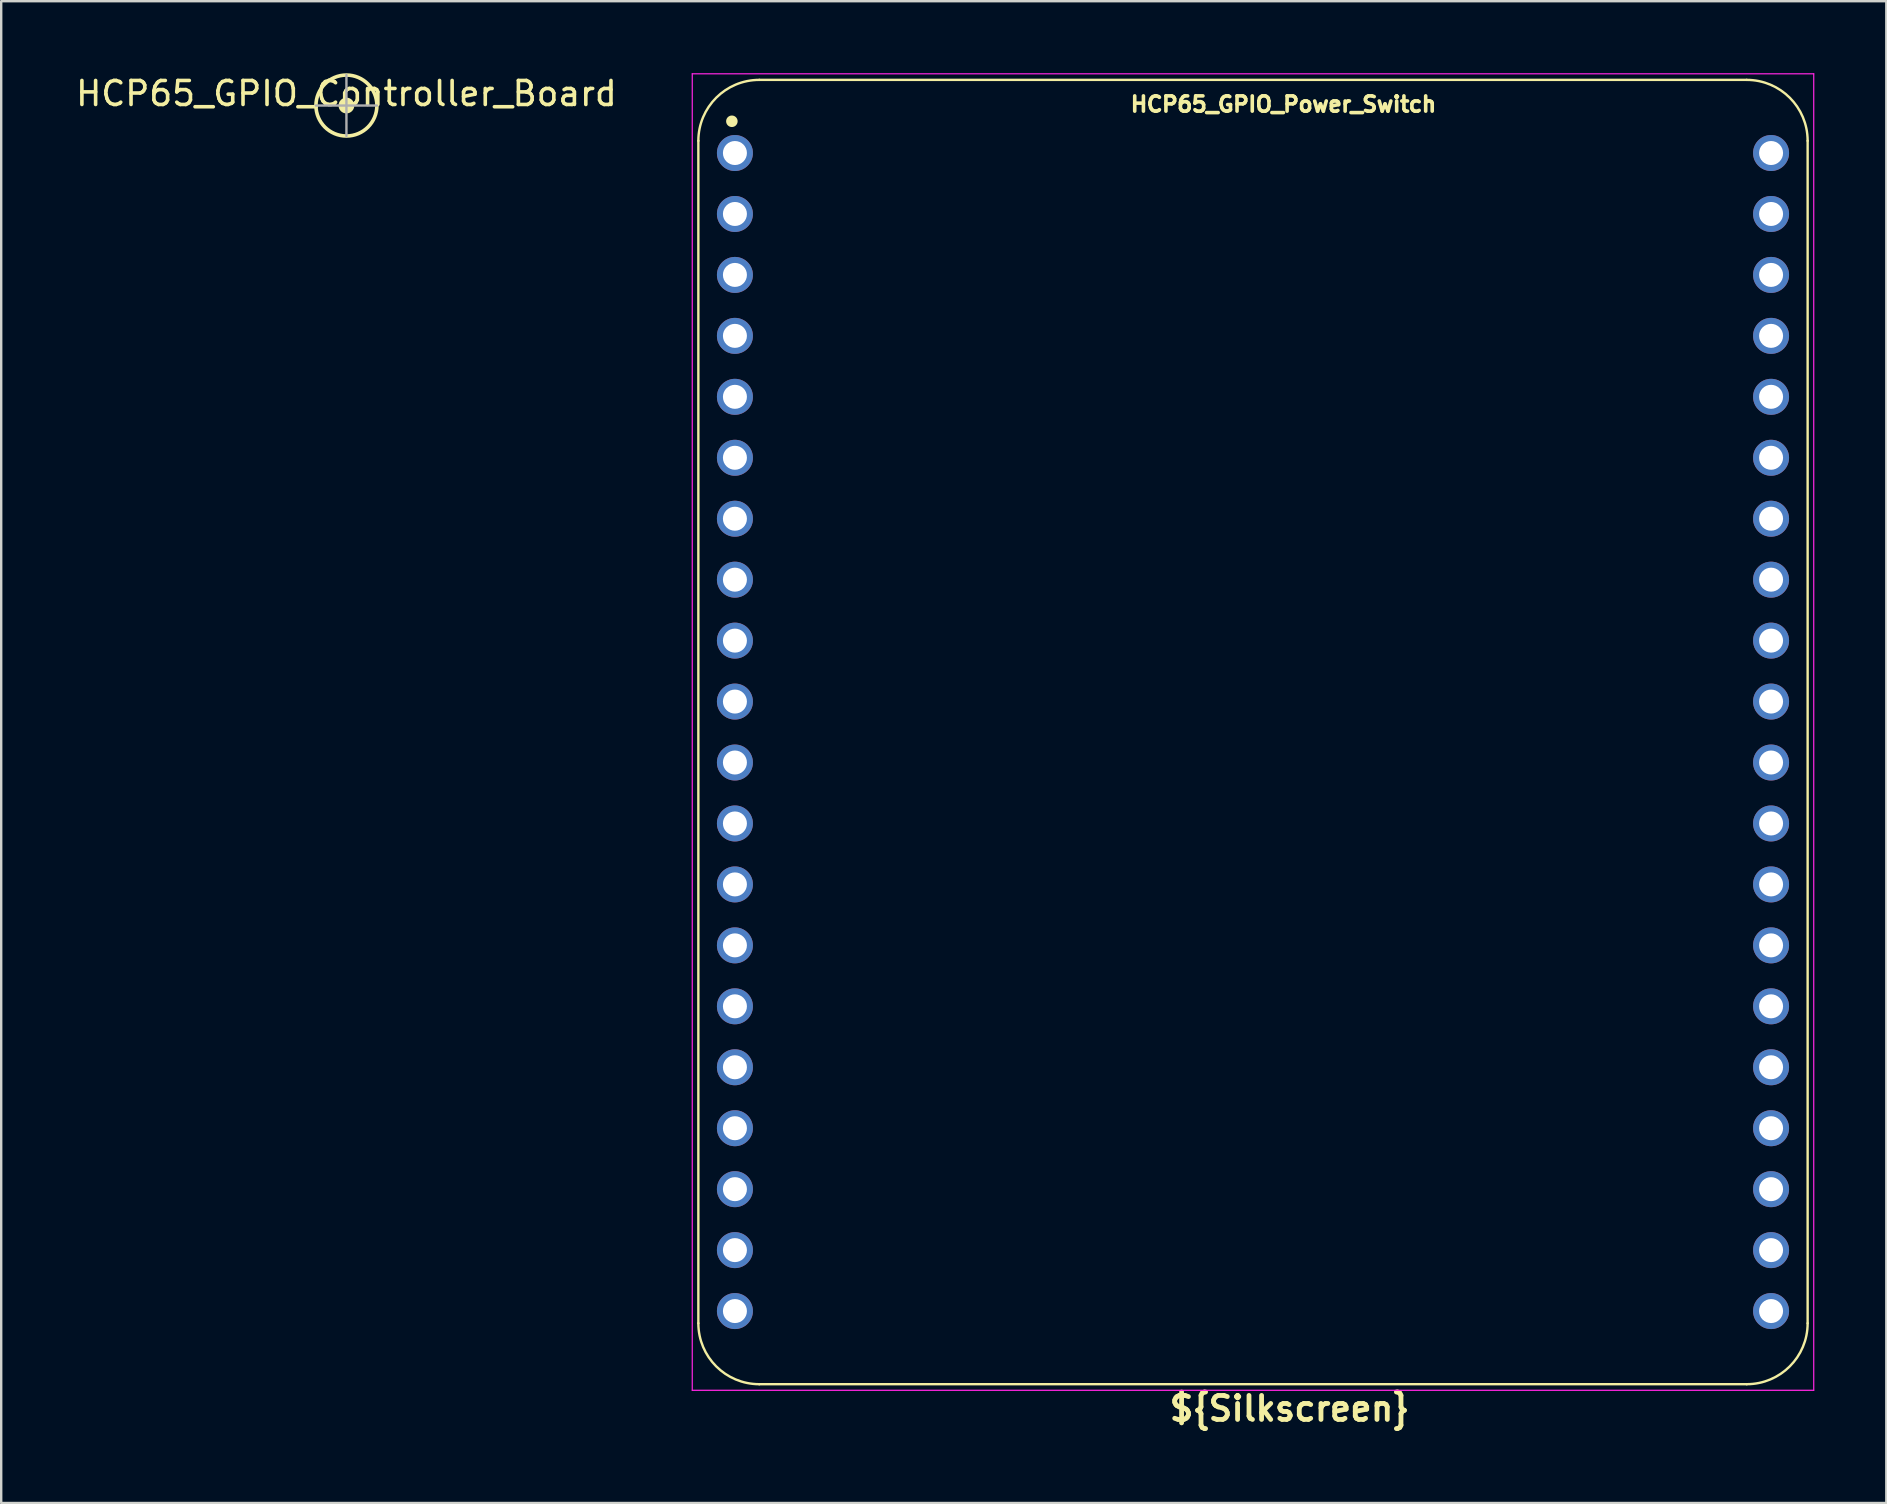
<source format=kicad_pcb>
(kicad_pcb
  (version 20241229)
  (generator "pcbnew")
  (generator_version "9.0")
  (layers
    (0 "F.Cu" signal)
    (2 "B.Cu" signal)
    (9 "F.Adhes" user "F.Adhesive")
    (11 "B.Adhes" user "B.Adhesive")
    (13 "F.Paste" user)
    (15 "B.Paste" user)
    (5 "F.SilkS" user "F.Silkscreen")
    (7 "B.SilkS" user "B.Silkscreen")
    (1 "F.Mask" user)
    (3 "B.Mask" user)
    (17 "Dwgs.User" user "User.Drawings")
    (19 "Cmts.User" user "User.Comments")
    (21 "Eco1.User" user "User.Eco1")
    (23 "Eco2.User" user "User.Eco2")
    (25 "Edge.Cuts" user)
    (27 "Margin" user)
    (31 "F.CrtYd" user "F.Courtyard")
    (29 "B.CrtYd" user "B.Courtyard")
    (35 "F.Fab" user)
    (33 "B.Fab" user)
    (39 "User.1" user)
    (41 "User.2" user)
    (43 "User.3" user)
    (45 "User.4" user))
  (footprint "HCP65_GPIO_Controller_Board"
    (layer "F.Cu")
    (at 11.387 1.348)
    (property "Reference" "HCP65_GPIO_Controller_Board" (at 0 -0.5 0) (unlocked yes) (layer "F.SilkS") (effects (font (size 1 1) (thickness 0.15))))
    (attr smd)
    (fp_circle (center 0 0) (end 0.254 0) (stroke (width 0.15) (type solid)) (fill yes) (layer "F.SilkS"))
    (fp_circle (center 0 0) (end 1.27 0) (stroke (width 0.15) (type default)) (fill no) (layer "F.SilkS"))
    (fp_line (start -1.27 0) (end 1.27 0) (stroke (width 0.1) (type default)) (layer "F.Fab"))
    (fp_line (start 0 -1.27) (end 0 1.27) (stroke (width 0.1) (type default)) (layer "F.Fab")))
  (footprint "HCP65_GPIO_Power_Switch"
    (layer "F.Cu")
    (at 27.577 3.327)
    (property "Reference" "HCP65_GPIO_Power_Switch" (at 22.86 -2.032 0) (layer "F.SilkS") (effects (font (size 0.635 0.635) (thickness 0.15) (bold yes))))
    (property "Silkscreen" "${Silkscreen}" (at 23.114 52.324 0) (layer "F.SilkS") (effects (font (size 1 1) (thickness 0.2))))
    (attr through_hole)
    (fp_line (start -1.524 -0.508) (end -1.524 48.768) (stroke (width 0.1) (type solid)) (layer "F.SilkS"))
    (fp_line (start 42.164 -3.048) (end 1.016 -3.048) (stroke (width 0.1) (type solid)) (layer "F.SilkS"))
    (fp_line (start 42.164 51.308) (end 1.016 51.308) (stroke (width 0.1) (type solid)) (layer "F.SilkS"))
    (fp_line (start 44.704 -0.508) (end 44.704 48.768) (stroke (width 0.1) (type solid)) (layer "F.SilkS"))
    (fp_arc (start -1.524 -0.508) (mid -0.780051 -2.304051) (end 1.016 -3.048) (stroke (width 0.1) (type solid)) (layer "F.SilkS"))
    (fp_arc (start 1.016 51.308) (mid -0.780051 50.564051) (end -1.524 48.768) (stroke (width 0.1) (type solid)) (layer "F.SilkS"))
    (fp_arc (start 42.164 -3.048) (mid 43.960022 -2.304022) (end 44.704 -0.508) (stroke (width 0.1) (type solid)) (layer "F.SilkS"))
    (fp_arc (start 44.704 48.768) (mid 43.960051 50.564051) (end 42.164 51.308) (stroke (width 0.1) (type solid)) (layer "F.SilkS"))
    (fp_circle (center -0.127 -1.323) (end 0.053 -1.323) (stroke (width 0.12) (type solid)) (fill yes) (layer "F.SilkS"))
    (fp_line (start -1.778 -3.302) (end -1.778 51.562) (stroke (width 0.05) (type solid)) (layer "F.CrtYd"))
    (fp_line (start -1.778 -3.302) (end 44.958 -3.302) (stroke (width 0.05) (type solid)) (layer "F.CrtYd"))
    (fp_line (start -1.778 51.562) (end 44.958 51.562) (stroke (width 0.05) (type solid)) (layer "F.CrtYd"))
    (fp_line (start 44.958 51.562) (end 44.958 -3.302) (stroke (width 0.05) (type solid)) (layer "F.CrtYd"))
    (pad "1" thru_hole circle (at 0 0) (size 1.5 1.5) (drill 1) (layers "*.Cu" "*.Mask"))
    (pad "2" thru_hole circle (at 0 2.54) (size 1.5 1.5) (drill 1) (layers "*.Cu" "*.Mask"))
    (pad "3" thru_hole circle (at 0 5.08) (size 1.5 1.5) (drill 1) (layers "*.Cu" "*.Mask"))
    (pad "4" thru_hole circle (at 0 7.62) (size 1.5 1.5) (drill 1) (layers "*.Cu" "*.Mask"))
    (pad "5" thru_hole circle (at 0 10.16) (size 1.5 1.5) (drill 1) (layers "*.Cu" "*.Mask"))
    (pad "6" thru_hole circle (at 0 12.7) (size 1.5 1.5) (drill 1) (layers "*.Cu" "*.Mask"))
    (pad "7" thru_hole circle (at 0 15.24) (size 1.5 1.5) (drill 1) (layers "*.Cu" "*.Mask"))
    (pad "8" thru_hole circle (at 0 17.78) (size 1.5 1.5) (drill 1) (layers "*.Cu" "*.Mask"))
    (pad "9" thru_hole circle (at 0 20.32) (size 1.5 1.5) (drill 1) (layers "*.Cu" "*.Mask"))
    (pad "10" thru_hole circle (at 0 22.86) (size 1.5 1.5) (drill 1) (layers "*.Cu" "*.Mask"))
    (pad "11" thru_hole circle (at 0 25.4) (size 1.5 1.5) (drill 1) (layers "*.Cu" "*.Mask"))
    (pad "12" thru_hole circle (at 0 27.94) (size 1.5 1.5) (drill 1) (layers "*.Cu" "*.Mask"))
    (pad "13" thru_hole circle (at 0 30.48) (size 1.5 1.5) (drill 1) (layers "*.Cu" "*.Mask"))
    (pad "14" thru_hole circle (at 0 33.02) (size 1.5 1.5) (drill 1) (layers "*.Cu" "*.Mask"))
    (pad "15" thru_hole circle (at 0 35.56) (size 1.5 1.5) (drill 1) (layers "*.Cu" "*.Mask"))
    (pad "16" thru_hole circle (at 0 38.1) (size 1.5 1.5) (drill 1) (layers "*.Cu" "*.Mask"))
    (pad "17" thru_hole circle (at 0 40.64) (size 1.5 1.5) (drill 1) (layers "*.Cu" "*.Mask"))
    (pad "18" thru_hole circle (at 0 43.18) (size 1.5 1.5) (drill 1) (layers "*.Cu" "*.Mask"))
    (pad "19" thru_hole circle (at 0 45.72) (size 1.5 1.5) (drill 1) (layers "*.Cu" "*.Mask"))
    (pad "20" thru_hole circle (at 0 48.26) (size 1.5 1.5) (drill 1) (layers "*.Cu" "*.Mask"))
    (pad "21" thru_hole circle (at 43.18 48.26) (size 1.5 1.5) (drill 1) (layers "*.Cu" "*.Mask"))
    (pad "22" thru_hole circle (at 43.18 45.72) (size 1.5 1.5) (drill 1) (layers "*.Cu" "*.Mask"))
    (pad "23" thru_hole circle (at 43.18 43.18) (size 1.5 1.5) (drill 1) (layers "*.Cu" "*.Mask"))
    (pad "24" thru_hole circle (at 43.18 40.64) (size 1.5 1.5) (drill 1) (layers "*.Cu" "*.Mask"))
    (pad "25" thru_hole circle (at 43.18 38.1) (size 1.5 1.5) (drill 1) (layers "*.Cu" "*.Mask"))
    (pad "26" thru_hole circle (at 43.18 35.56) (size 1.5 1.5) (drill 1) (layers "*.Cu" "*.Mask"))
    (pad "27" thru_hole circle (at 43.18 33.02) (size 1.5 1.5) (drill 1) (layers "*.Cu" "*.Mask"))
    (pad "28" thru_hole circle (at 43.18 30.48) (size 1.5 1.5) (drill 1) (layers "*.Cu" "*.Mask"))
    (pad "29" thru_hole circle (at 43.18 27.94) (size 1.5 1.5) (drill 1) (layers "*.Cu" "*.Mask"))
    (pad "30" thru_hole circle (at 43.18 25.4) (size 1.5 1.5) (drill 1) (layers "*.Cu" "*.Mask"))
    (pad "31" thru_hole circle (at 43.18 22.86) (size 1.5 1.5) (drill 1) (layers "*.Cu" "*.Mask"))
    (pad "32" thru_hole circle (at 43.18 20.32) (size 1.5 1.5) (drill 1) (layers "*.Cu" "*.Mask"))
    (pad "33" thru_hole circle (at 43.18 17.78) (size 1.5 1.5) (drill 1) (layers "*.Cu" "*.Mask"))
    (pad "34" thru_hole circle (at 43.18 15.24) (size 1.5 1.5) (drill 1) (layers "*.Cu" "*.Mask"))
    (pad "35" thru_hole circle (at 43.18 12.7) (size 1.5 1.5) (drill 1) (layers "*.Cu" "*.Mask"))
    (pad "36" thru_hole circle (at 43.18 10.16) (size 1.5 1.5) (drill 1) (layers "*.Cu" "*.Mask"))
    (pad "37" thru_hole circle (at 43.18 7.62) (size 1.5 1.5) (drill 1) (layers "*.Cu" "*.Mask"))
    (pad "38" thru_hole circle (at 43.18 5.08) (size 1.5 1.5) (drill 1) (layers "*.Cu" "*.Mask"))
    (pad "39" thru_hole circle (at 43.18 2.54) (size 1.5 1.5) (drill 1) (layers "*.Cu" "*.Mask"))
    (pad "40" thru_hole circle (at 43.18 0) (size 1.5 1.5) (drill 1) (layers "*.Cu" "*.Mask")))
  (gr_rect
    (start -3 -3)
    (end 75.56 59.587)
    (stroke (width 0.1) (type default))
    (fill no)
    (layer "Edge.Cuts")))
</source>
